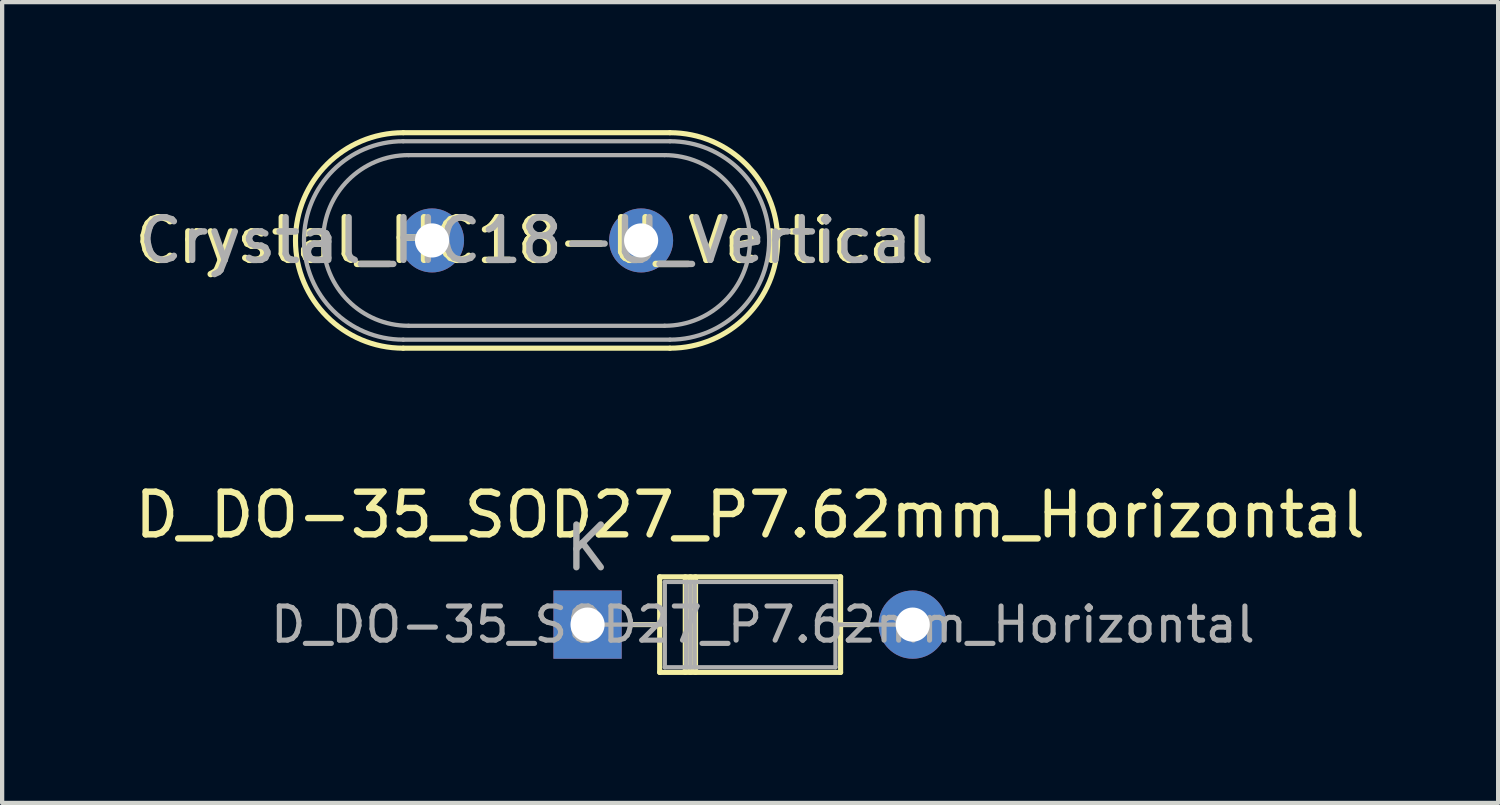
<source format=kicad_pcb>
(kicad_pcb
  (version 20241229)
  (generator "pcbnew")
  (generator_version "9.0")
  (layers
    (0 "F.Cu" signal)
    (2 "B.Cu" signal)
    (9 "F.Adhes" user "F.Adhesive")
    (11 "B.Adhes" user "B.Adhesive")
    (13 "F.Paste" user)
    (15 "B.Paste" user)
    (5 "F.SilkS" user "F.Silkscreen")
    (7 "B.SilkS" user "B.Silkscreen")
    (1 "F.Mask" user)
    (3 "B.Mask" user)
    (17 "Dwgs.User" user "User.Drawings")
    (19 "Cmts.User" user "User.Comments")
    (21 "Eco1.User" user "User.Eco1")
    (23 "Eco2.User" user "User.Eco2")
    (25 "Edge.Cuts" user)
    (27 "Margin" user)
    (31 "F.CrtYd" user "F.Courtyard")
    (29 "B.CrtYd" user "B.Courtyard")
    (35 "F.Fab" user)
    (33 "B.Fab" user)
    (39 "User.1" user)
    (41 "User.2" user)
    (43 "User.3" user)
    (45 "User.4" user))
  (footprint "Crystal_HC18-U_Vertical"
    (layer "F.Cu")
    (at 7.075 2.585)
    (property "Reference" "Crystal_HC18-U_Vertical" (at 2.36 0 180) (layer "F.SilkS") (effects (font (size 1 1) (thickness 0.15))))
    (attr through_hole)
    (fp_line (start -0.675 -2.525) (end 5.575 -2.525) (stroke (width 0.12) (type solid)) (layer "F.SilkS"))
    (fp_line (start -0.675 2.525) (end 5.575 2.525) (stroke (width 0.12) (type solid)) (layer "F.SilkS"))
    (fp_arc (start -0.675 2.525) (mid -3.2 0) (end -0.675 -2.525) (stroke (width 0.12) (type solid)) (layer "F.SilkS"))
    (fp_arc (start 5.575 -2.525) (mid 8.1 0) (end 5.575 2.525) (stroke (width 0.12) (type solid)) (layer "F.SilkS"))
    (fp_line (start -0.675 -2.325) (end 5.575 -2.325) (stroke (width 0.1) (type solid)) (layer "F.Fab"))
    (fp_line (start -0.675 2.325) (end 5.575 2.325) (stroke (width 0.1) (type solid)) (layer "F.Fab"))
    (fp_line (start -0.55 -2) (end 5.45 -2) (stroke (width 0.1) (type solid)) (layer "F.Fab"))
    (fp_line (start -0.55 2) (end 5.45 2) (stroke (width 0.1) (type solid)) (layer "F.Fab"))
    (fp_arc (start -0.675 2.325) (mid -3 0) (end -0.675 -2.325) (stroke (width 0.1) (type solid)) (layer "F.Fab"))
    (fp_arc (start -0.55 2) (mid -2.55 0) (end -0.55 -2) (stroke (width 0.1) (type solid)) (layer "F.Fab"))
    (fp_arc (start 5.45 -2) (mid 7.45 0) (end 5.45 2) (stroke (width 0.1) (type solid)) (layer "F.Fab"))
    (fp_arc (start 5.575 -2.325) (mid 7.9 0) (end 5.575 2.325) (stroke (width 0.1) (type solid)) (layer "F.Fab"))
    (fp_text user "${REFERENCE}" (at 2.45 0 180) (layer "F.Fab") (effects (font (size 1 1) (thickness 0.15))))
    (pad "1" thru_hole circle (at 0 0) (size 1.5 1.5) (drill 0.8) (layers "*.Cu" "*.Mask"))
    (pad "2" thru_hole circle (at 4.9 0) (size 1.5 1.5) (drill 0.8) (layers "*.Cu" "*.Mask")))
  (footprint "D_DO-35_SOD27_P7.62mm_Horizontal"
    (layer "F.Cu")
    (at 10.72 11.588)
    (property "Reference" "D_DO-35_SOD27_P7.62mm_Horizontal" (at 3.81 -2.57 0) (layer "F.SilkS") (effects (font (size 1 1) (thickness 0.15))))
    (attr through_hole)
    (fp_line (start 1.04 0) (end 1.69 0) (stroke (width 0.12) (type solid)) (layer "F.SilkS"))
    (fp_line (start 1.69 -1.12) (end 1.69 1.12) (stroke (width 0.12) (type solid)) (layer "F.SilkS"))
    (fp_line (start 1.69 1.12) (end 5.93 1.12) (stroke (width 0.12) (type solid)) (layer "F.SilkS"))
    (fp_line (start 2.29 -1.12) (end 2.29 1.12) (stroke (width 0.12) (type solid)) (layer "F.SilkS"))
    (fp_line (start 2.41 -1.12) (end 2.41 1.12) (stroke (width 0.12) (type solid)) (layer "F.SilkS"))
    (fp_line (start 2.53 -1.12) (end 2.53 1.12) (stroke (width 0.12) (type solid)) (layer "F.SilkS"))
    (fp_line (start 5.93 -1.12) (end 1.69 -1.12) (stroke (width 0.12) (type solid)) (layer "F.SilkS"))
    (fp_line (start 5.93 1.12) (end 5.93 -1.12) (stroke (width 0.12) (type solid)) (layer "F.SilkS"))
    (fp_line (start 6.58 0) (end 5.93 0) (stroke (width 0.12) (type solid)) (layer "F.SilkS"))
    (fp_line (start 0 0) (end 1.81 0) (stroke (width 0.1) (type solid)) (layer "F.Fab"))
    (fp_line (start 1.81 -1) (end 1.81 1) (stroke (width 0.1) (type solid)) (layer "F.Fab"))
    (fp_line (start 1.81 1) (end 5.81 1) (stroke (width 0.1) (type solid)) (layer "F.Fab"))
    (fp_line (start 2.31 -1) (end 2.31 1) (stroke (width 0.1) (type solid)) (layer "F.Fab"))
    (fp_line (start 2.41 -1) (end 2.41 1) (stroke (width 0.1) (type solid)) (layer "F.Fab"))
    (fp_line (start 2.51 -1) (end 2.51 1) (stroke (width 0.1) (type solid)) (layer "F.Fab"))
    (fp_line (start 5.81 -1) (end 1.81 -1) (stroke (width 0.1) (type solid)) (layer "F.Fab"))
    (fp_line (start 5.81 1) (end 5.81 -1) (stroke (width 0.1) (type solid)) (layer "F.Fab"))
    (fp_line (start 7.62 0) (end 5.81 0) (stroke (width 0.1) (type solid)) (layer "F.Fab"))
    (fp_text user "${REFERENCE}" (at 4.11 0 0) (layer "F.Fab") (effects (font (size 0.8 0.8) (thickness 0.12))))
    (fp_text user "K" (at 0 -1.8 0) (layer "F.Fab") (effects (font (size 1 1) (thickness 0.15))))
    (pad "1" thru_hole rect (at 0 0) (size 1.6 1.6) (drill 0.8) (layers "*.Cu" "*.Mask"))
    (pad "2" thru_hole oval (at 7.62 0) (size 1.6 1.6) (drill 0.8) (layers "*.Cu" "*.Mask")))
  (gr_rect
    (start -3 -3)
    (end 32.06 15.768)
    (stroke (width 0.1) (type default))
    (fill no)
    (layer "Edge.Cuts")))
</source>
